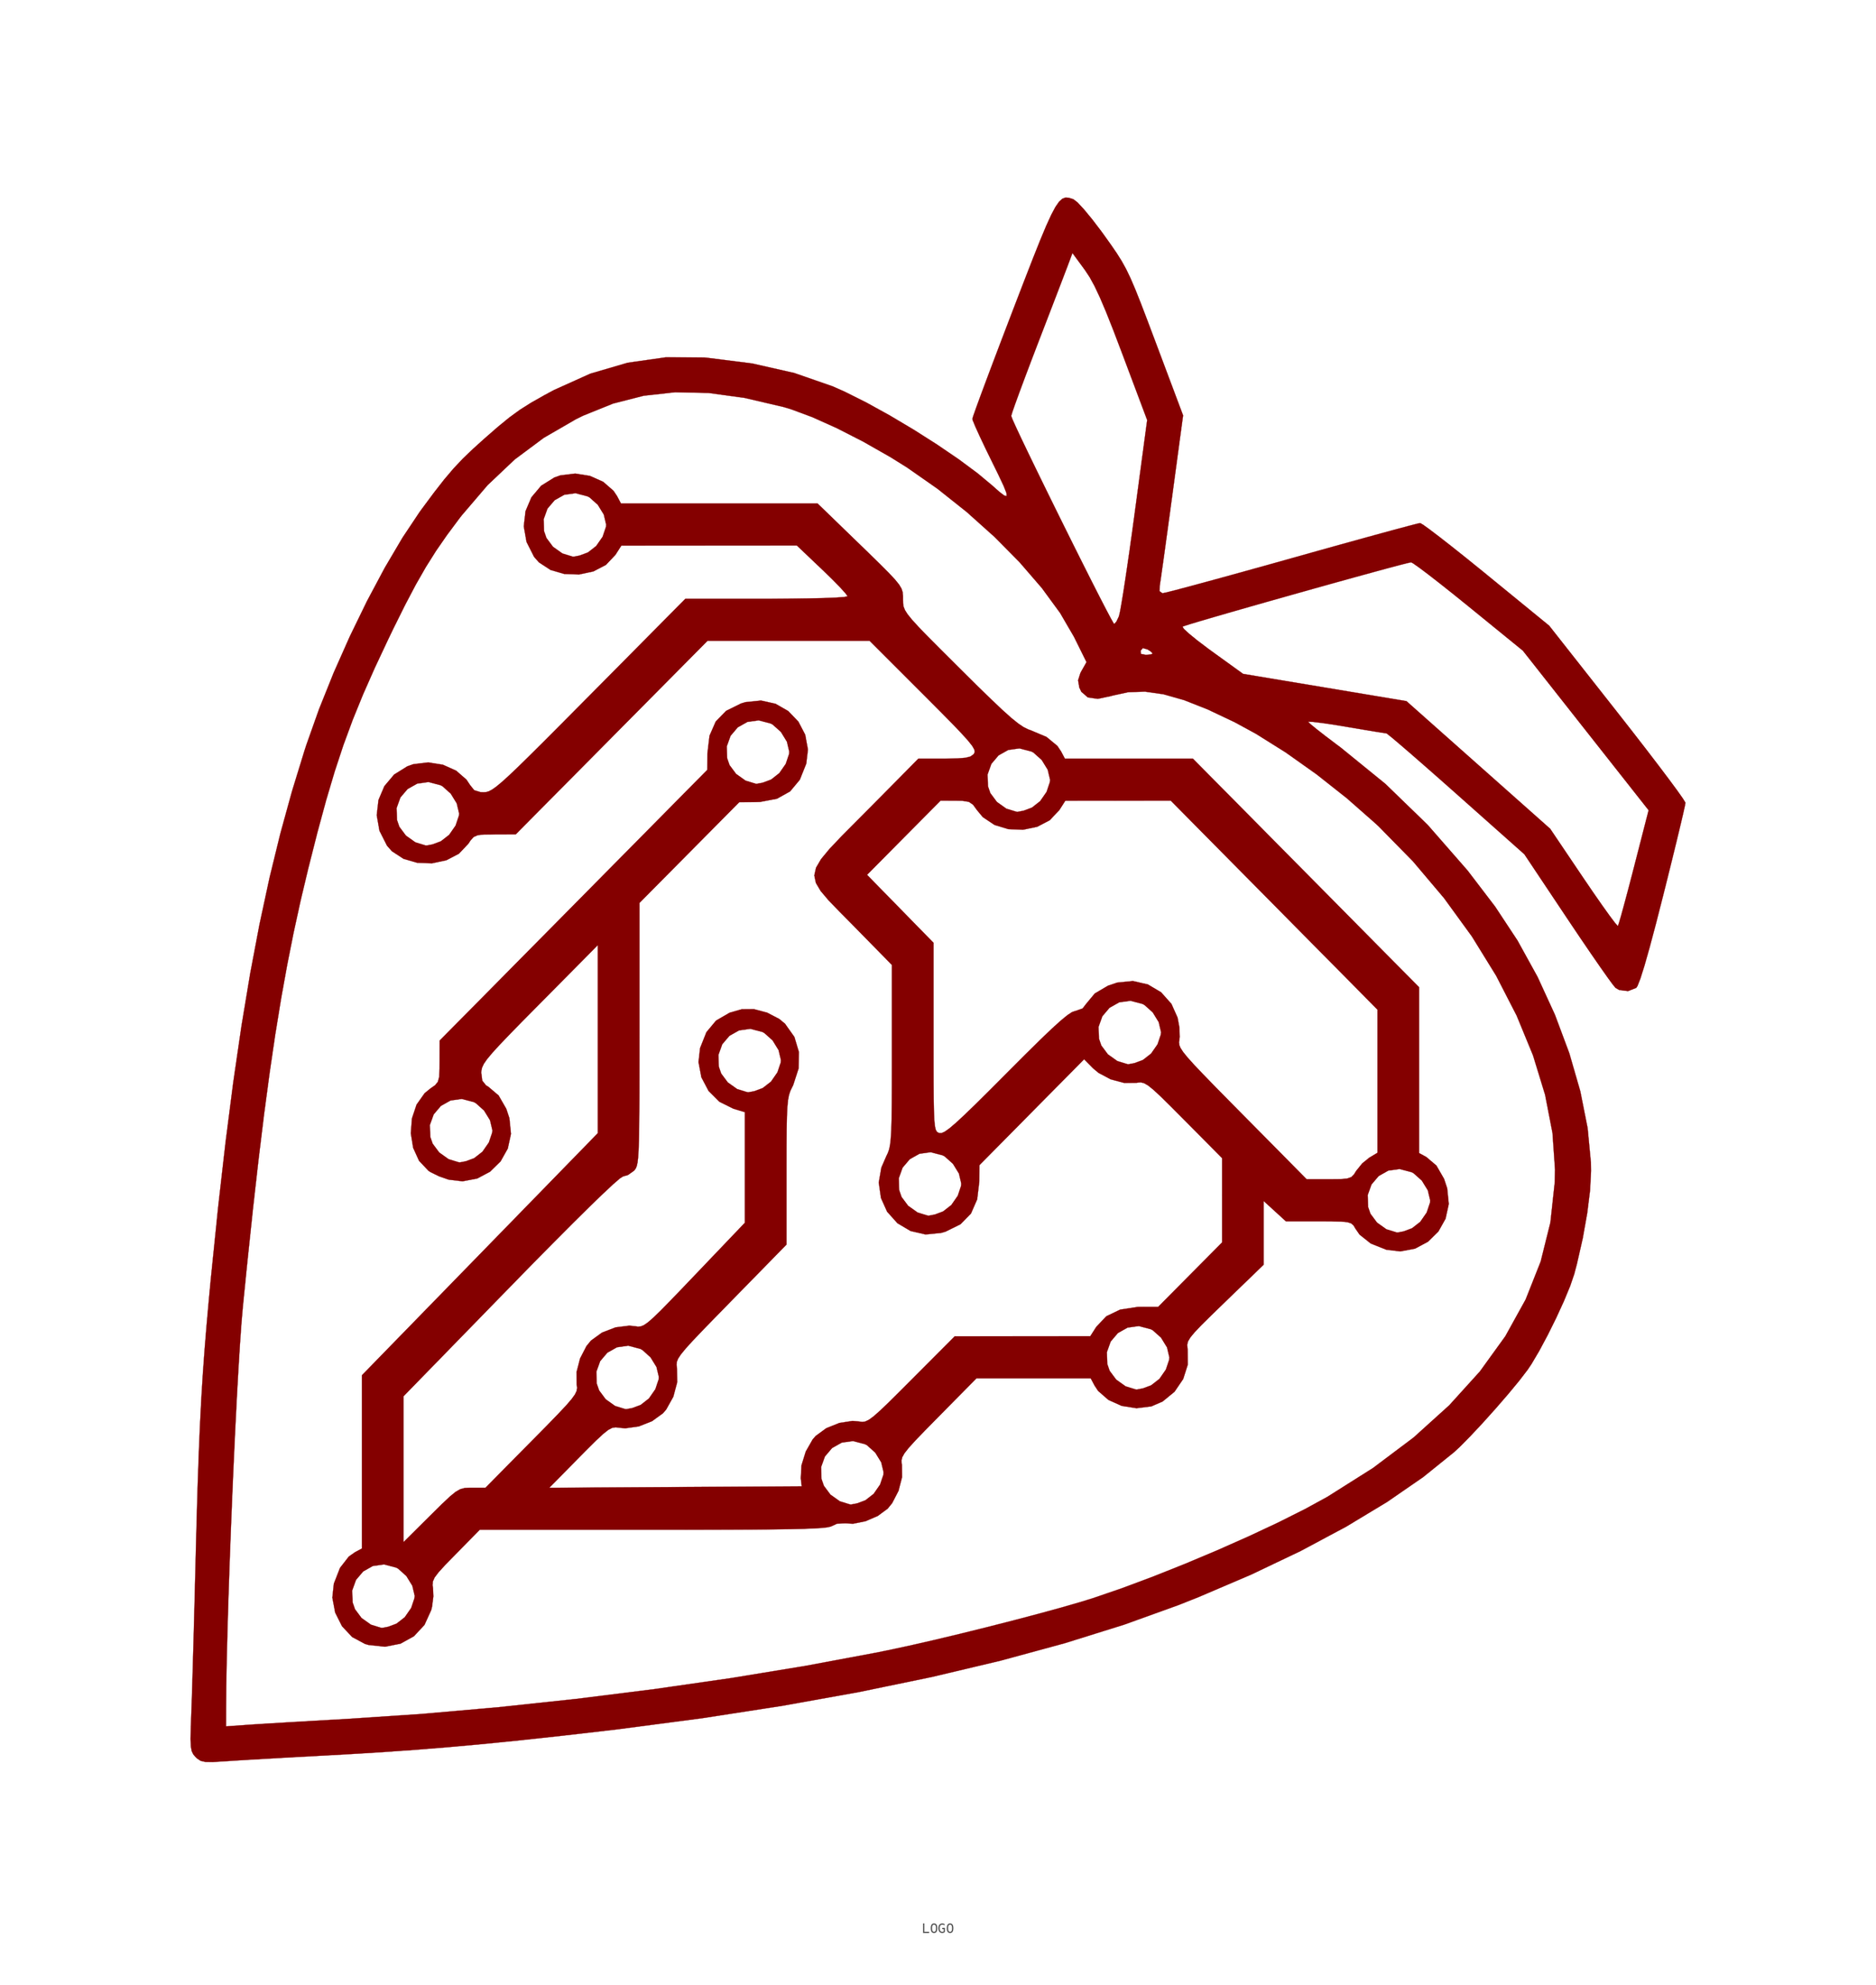
<source format=kicad_sym>
(kicad_symbol_lib
  (version 20220914)
  (generator "bitmap2component")
  (generator_version "9.0")
  (symbol "LOGO"
    (pin_names
      (offset 1.016))
    (property "Reference" "#G"
      (at 0 82.529 0)
      (effects (font (size 1.27 1.27)) hide))
    (symbol "LOGO_0_0"
      (polyline (pts (xy -70.03 -72.396) (xy -69.957 -72.391) (xy -69.05 -72.331) (xy -67.708 -72.249) (xy -66.023 -72.151) (xy -64.091 -72.041) (xy -62.002 -71.926) (xy -59.852 -71.81) (xy -58.403 -71.731) (xy -54.891 -71.519) (xy -51.51 -71.283) (xy -48.15 -71.013) (xy -44.699 -70.699) (xy -41.047 -70.332) (xy -37.083 -69.9) (xy -32.696 -69.395) (xy -31.657 -69.272) (xy -23.521 -68.203) (xy -15.699 -66.994) (xy -8.22 -65.651) (xy -1.117 -64.182) (xy 5.58 -62.593) (xy 11.837 -60.89) (xy 17.625 -59.082) (xy 22.912 -57.175) (xy 24.838 -56.411) (xy 29.997 -54.206) (xy 34.806 -51.912) (xy 39.225 -49.55) (xy 43.218 -47.141) (xy 46.746 -44.707) (xy 49.772 -42.267) (xy 50.315 -41.761) (xy 51.353 -40.71) (xy 52.554 -39.425) (xy 53.814 -38.022) (xy 55.028 -36.619) (xy 56.093 -35.331) (xy 56.903 -34.276) (xy 57.281 -33.715) (xy 58.044 -32.424) (xy 58.874 -30.872) (xy 59.702 -29.201) (xy 60.454 -27.559) (xy 61.062 -26.089) (xy 61.454 -24.937) (xy 61.715 -23.948) (xy 62.282 -21.454) (xy 62.717 -19.012) (xy 62.995 -16.772) (xy 63.09 -14.886) (xy 63.076 -14.084) (xy 62.756 -10.716) (xy 62.044 -7.134) (xy 60.972 -3.426) (xy 59.574 0.316) (xy 57.882 4.004) (xy 55.929 7.546) (xy 53.746 10.854) (xy 51.069 14.361) (xy 47.172 18.82) (xy 43.055 22.809) (xy 38.692 26.356) (xy 38.241 26.692) (xy 37.184 27.493) (xy 36.331 28.16) (xy 35.76 28.629) (xy 35.548 28.84) (xy 35.577 28.856) (xy 35.983 28.841) (xy 36.793 28.746) (xy 37.913 28.584) (xy 39.248 28.365) (xy 39.69 28.29) (xy 40.998 28.069) (xy 42.08 27.89) (xy 42.834 27.769) (xy 43.157 27.725) (xy 43.264 27.655) (xy 43.735 27.275) (xy 44.53 26.603) (xy 45.6 25.68) (xy 46.897 24.549) (xy 48.371 23.253) (xy 49.973 21.834) (xy 56.596 15.946) (xy 60.823 9.612) (xy 60.936 9.443) (xy 62.048 7.789) (xy 63.075 6.281) (xy 63.975 4.979) (xy 64.703 3.947) (xy 65.218 3.245) (xy 65.476 2.936) (xy 65.836 2.727) (xy 66.69 2.621) (xy 67.491 2.936) (xy 67.612 3.117) (xy 67.895 3.837) (xy 68.288 5.082) (xy 68.789 6.848) (xy 69.397 9.128) (xy 70.109 11.918) (xy 70.433 13.208) (xy 70.932 15.218) (xy 71.376 17.029) (xy 71.748 18.574) (xy 72.034 19.787) (xy 72.217 20.602) (xy 72.282 20.954) (xy 72.269 20.995) (xy 72.02 21.398) (xy 71.478 22.165) (xy 70.679 23.248) (xy 69.661 24.599) (xy 68.458 26.171) (xy 67.108 27.914) (xy 65.647 29.78) (xy 59.012 38.211) (xy 52.897 43.208) (xy 52.505 43.529) (xy 50.959 44.778) (xy 49.554 45.897) (xy 48.344 46.842) (xy 47.385 47.571) (xy 46.734 48.04) (xy 46.444 48.205) (xy 46.17 48.146) (xy 45.42 47.953) (xy 44.25 47.641) (xy 42.714 47.223) (xy 40.865 46.715) (xy 38.755 46.131) (xy 36.437 45.485) (xy 33.965 44.791) (xy 31.718 44.161) (xy 29.376 43.51) (xy 27.234 42.919) (xy 25.345 42.403) (xy 23.763 41.976) (xy 22.541 41.653) (xy 21.732 41.449) (xy 21.39 41.377) (xy 21.329 41.38) (xy 21.071 41.565) (xy 21.089 42.129) (xy 21.098 42.183) (xy 21.182 42.746) (xy 21.326 43.758) (xy 21.52 45.144) (xy 21.752 46.828) (xy 22.013 48.733) (xy 22.291 50.785) (xy 23.359 58.69) (xy 20.665 65.866) (xy 19.887 67.931) (xy 19.239 69.626) (xy 18.703 70.97) (xy 18.242 72.046) (xy 17.814 72.936) (xy 17.381 73.72) (xy 16.903 74.481) (xy 16.342 75.3) (xy 15.657 76.26) (xy 15.379 76.642) (xy 14.503 77.792) (xy 13.715 78.747) (xy 13.088 79.422) (xy 12.695 79.731) (xy 12.58 79.775) (xy 12.225 79.886) (xy 11.904 79.905) (xy 11.596 79.79) (xy 11.278 79.499) (xy 10.926 78.991) (xy 10.517 78.224) (xy 10.029 77.156) (xy 9.438 75.745) (xy 8.722 73.949) (xy 7.858 71.728) (xy 6.823 69.038) (xy 6.476 68.133) (xy 5.635 65.931) (xy 4.866 63.904) (xy 4.191 62.108) (xy 3.63 60.6) (xy 3.203 59.433) (xy 2.932 58.664) (xy 2.924 58.636) (xy 6.62 58.636) (xy 6.62 58.642) (xy 6.726 59) (xy 7.002 59.794) (xy 7.424 60.953) (xy 7.966 62.41) (xy 8.603 64.096) (xy 9.309 65.941) (xy 9.316 65.958) (xy 10.038 67.833) (xy 10.708 69.576) (xy 11.297 71.11) (xy 11.776 72.362) (xy 12.117 73.254) (xy 12.29 73.714) (xy 12.582 74.505) (xy 13.778 72.878) (xy 13.821 72.818) (xy 14.274 72.128) (xy 14.743 71.268) (xy 15.261 70.169) (xy 15.859 68.762) (xy 16.567 66.977) (xy 17.417 64.744) (xy 19.861 58.238) (xy 18.63 49.057) (xy 18.417 47.49) (xy 18.121 45.376) (xy 17.842 43.458) (xy 17.591 41.804) (xy 17.378 40.485) (xy 17.215 39.568) (xy 17.111 39.124) (xy 16.86 38.598) (xy 16.651 38.373) (xy 16.59 38.451) (xy 16.313 38.938) (xy 15.847 39.818) (xy 15.222 41.028) (xy 14.47 42.506) (xy 13.622 44.19) (xy 12.708 46.017) (xy 11.76 47.926) (xy 10.807 49.853) (xy 9.882 51.737) (xy 9.014 53.515) (xy 8.234 55.125) (xy 7.574 56.504) (xy 7.065 57.591) (xy 6.737 58.322) (xy 6.62 58.636) (xy 2.924 58.636) (xy 2.837 58.348) (xy 2.88 58.196) (xy 3.122 57.606) (xy 3.545 56.675) (xy 4.104 55.493) (xy 4.76 54.151) (xy 5.359 52.932) (xy 5.882 51.822) (xy 6.154 51.134) (xy 6.175 50.832) (xy 5.945 50.883) (xy 5.463 51.251) (xy 4.729 51.901) (xy 3.333 53.063) (xy 1.506 54.417) (xy -0.6 55.852) (xy -2.873 57.298) (xy -5.204 58.684) (xy -7.48 59.941) (xy -9.593 60.999) (xy -10.777 61.523) (xy -14.509 62.821) (xy -18.612 63.75) (xy -23.103 64.316) (xy -23.272 64.33) (xy -27.033 64.345) (xy -30.738 63.818) (xy -34.373 62.754) (xy -37.922 61.155) (xy -38.838 60.662) (xy -40.143 59.923) (xy -41.231 59.235) (xy -42.252 58.491) (xy -43.361 57.585) (xy -44.708 56.409) (xy -45.783 55.44) (xy -46.796 54.467) (xy -47.702 53.507) (xy -48.604 52.443) (xy -49.605 51.16) (xy -50.807 49.541) (xy -50.991 49.288) (xy -52.663 46.78) (xy -54.388 43.854) (xy -56.115 40.615) (xy -57.792 37.168) (xy -59.369 33.618) (xy -60.794 30.07) (xy -62.015 26.629) (xy -62.207 26.042) (xy -63.429 22.067) (xy -64.561 17.956) (xy -65.61 13.666) (xy -66.584 9.148) (xy -67.491 4.359) (xy -68.34 -0.747) (xy -69.139 -6.217) (xy -69.895 -12.096) (xy -70.618 -18.43) (xy -71.315 -25.263) (xy -71.492 -27.121) (xy -71.73 -29.764) (xy -71.934 -32.259) (xy -72.109 -34.691) (xy -72.259 -37.148) (xy -72.39 -39.717) (xy -72.506 -42.485) (xy -72.612 -45.538) (xy -72.712 -48.963) (xy -72.812 -52.848) (xy -72.825 -53.41) (xy -72.891 -56.017) (xy -72.957 -58.579) (xy -73.023 -61.014) (xy -73.086 -63.236) (xy -73.143 -65.162) (xy -73.192 -66.71) (xy -73.231 -67.795) (xy -73.275 -68.991) (xy -69.85 -68.991) (xy -69.846 -67.27) (xy -69.846 -67.209) (xy -69.827 -65.084) (xy -69.78 -62.568) (xy -69.71 -59.733) (xy -69.618 -56.653) (xy -69.509 -53.397) (xy -69.384 -50.04) (xy -69.248 -46.652) (xy -69.103 -43.306) (xy -68.951 -40.073) (xy -68.797 -37.027) (xy -68.643 -34.238) (xy -68.492 -31.78) (xy -68.347 -29.723) (xy -68.211 -28.14) (xy -67.774 -23.795) (xy -67.22 -18.551) (xy -66.678 -13.761) (xy -66.141 -9.372) (xy -65.601 -5.333) (xy -65.05 -1.592) (xy -64.481 1.904) (xy -63.884 5.207) (xy -63.254 8.368) (xy -62.582 11.44) (xy -61.86 14.475) (xy -61.833 14.586) (xy -60.937 18.117) (xy -60.094 21.22) (xy -59.267 24.003) (xy -58.419 26.573) (xy -57.511 29.038) (xy -56.507 31.504) (xy -55.369 34.079) (xy -54.059 36.871) (xy -53.54 37.948) (xy -52.39 40.263) (xy -51.358 42.222) (xy -50.379 43.932) (xy -49.392 45.499) (xy -48.333 47.029) (xy -47.141 48.63) (xy -46.891 48.953) (xy -44.368 51.904) (xy -41.736 54.395) (xy -38.9 56.508) (xy -35.769 58.32) (xy -35.073 58.664) (xy -32.151 59.843) (xy -29.183 60.603) (xy -26.103 60.945) (xy -22.848 60.875) (xy -19.354 60.396) (xy -15.558 59.511) (xy -14.844 59.298) (xy -12.753 58.522) (xy -10.377 57.455) (xy -7.806 56.141) (xy -5.134 54.621) (xy -3.526 53.617) (xy -0.563 51.547) (xy 2.298 49.272) (xy 4.992 46.857) (xy 7.449 44.37) (xy 9.603 41.876) (xy 11.386 39.441) (xy 12.158 38.113) (xy 23.302 38.113) (xy 23.441 38.169) (xy 24.041 38.361) (xy 25.053 38.666) (xy 26.411 39.064) (xy 28.048 39.538) (xy 29.899 40.068) (xy 31.896 40.636) (xy 33.974 41.223) (xy 36.067 41.811) (xy 38.109 42.382) (xy 40.032 42.915) (xy 41.772 43.393) (xy 43.262 43.798) (xy 44.435 44.11) (xy 45.226 44.311) (xy 45.568 44.382) (xy 45.768 44.276) (xy 46.348 43.868) (xy 47.238 43.199) (xy 48.378 42.313) (xy 49.707 41.258) (xy 51.166 40.08) (xy 56.448 35.779) (xy 62.572 28.007) (xy 68.696 20.236) (xy 67.265 14.666) (xy 67.125 14.123) (xy 66.704 12.511) (xy 66.329 11.11) (xy 66.024 9.999) (xy 65.809 9.258) (xy 65.706 8.966) (xy 65.672 8.981) (xy 65.393 9.305) (xy 64.874 9.996) (xy 64.163 10.991) (xy 63.304 12.225) (xy 62.344 13.634) (xy 59.11 18.432) (xy 52.111 24.647) (xy 45.111 30.862) (xy 37.155 32.19) (xy 29.198 33.518) (xy 26.147 35.723) (xy 25.763 36.003) (xy 24.737 36.781) (xy 23.936 37.434) (xy 23.434 37.898) (xy 23.302 38.113) (xy 12.158 38.113) (xy 12.73 37.132) (xy 13.403 35.773) (xy 19.221 35.773) (xy 19.438 36.028) (xy 19.888 35.901) (xy 20.195 35.709) (xy 20.401 35.496) (xy 20.238 35.413) (xy 19.734 35.369) (xy 19.26 35.46) (xy 19.221 35.773) (xy 13.403 35.773) (xy 13.954 34.661) (xy 13.47 33.808) (xy 13.36 33.605) (xy 13.133 32.894) (xy 13.253 32.187) (xy 13.446 31.777) (xy 14.087 31.221) (xy 15.054 31.084) (xy 16.362 31.362) (xy 16.474 31.397) (xy 18.024 31.735) (xy 19.662 31.784) (xy 21.451 31.53) (xy 23.457 30.959) (xy 25.743 30.058) (xy 28.374 28.813) (xy 30.455 27.68) (xy 33.362 25.857) (xy 36.353 23.736) (xy 39.305 21.404) (xy 42.096 18.949) (xy 42.411 18.654) (xy 45.739 15.265) (xy 48.771 11.678) (xy 51.484 7.944) (xy 53.851 4.111) (xy 55.845 0.23) (xy 57.441 -3.649) (xy 58.613 -7.475) (xy 59.335 -11.199) (xy 59.581 -14.771) (xy 59.557 -15.975) (xy 59.133 -19.902) (xy 58.184 -23.719) (xy 56.718 -27.418) (xy 54.742 -30.991) (xy 52.26 -34.427) (xy 49.279 -37.719) (xy 45.806 -40.857) (xy 41.847 -43.832) (xy 37.408 -46.635) (xy 37.403 -46.638) (xy 35.237 -47.823) (xy 32.661 -49.115) (xy 29.781 -50.467) (xy 26.705 -51.832) (xy 23.541 -53.164) (xy 20.395 -54.417) (xy 17.377 -55.545) (xy 14.591 -56.5) (xy 13.424 -56.862) (xy 11.532 -57.408) (xy 9.301 -58.019) (xy 6.836 -58.67) (xy 4.244 -59.331) (xy 1.631 -59.978) (xy -0.896 -60.582) (xy -3.232 -61.116) (xy -5.269 -61.554) (xy -6.592 -61.822) (xy -13.419 -63.098) (xy -20.63 -64.282) (xy -28.1 -65.358) (xy -35.703 -66.311) (xy -43.314 -67.124) (xy -50.806 -67.781) (xy -58.054 -68.266) (xy -59.822 -68.365) (xy -61.859 -68.482) (xy -63.758 -68.593) (xy -65.418 -68.692) (xy -66.739 -68.774) (xy -67.621 -68.832) (xy -69.85 -68.991) (xy -73.275 -68.991) (xy -73.282 -69.162) (xy -73.302 -70.227) (xy -73.274 -70.94) (xy -73.189 -71.403) (xy -73.037 -71.717) (xy -72.806 -71.983) (xy -72.666 -72.117) (xy -72.324 -72.346) (xy -71.864 -72.454) (xy -71.146 -72.464) (xy -70.03 -72.396)) (stroke (width 0.01) (type default)) (fill (type outline)))
      (polyline (pts (xy -52.854 -60.935) (xy -51.546 -60.212) (xy -50.521 -59.108) (xy -49.865 -57.667) (xy -49.783 -57.325) (xy -49.657 -56.337) (xy -49.69 -55.524) (xy -49.732 -55.252) (xy -49.71 -54.888) (xy -49.534 -54.492) (xy -49.146 -53.978) (xy -48.488 -53.258) (xy -47.5 -52.244) (xy -45.137 -49.844) (xy -28.227 -49.844) (xy -27.297 -49.844) (xy -23.904 -49.842) (xy -21.004 -49.835) (xy -18.559 -49.824) (xy -16.53 -49.806) (xy -14.88 -49.783) (xy -13.57 -49.752) (xy -12.563 -49.712) (xy -11.819 -49.664) (xy -11.302 -49.606) (xy -10.972 -49.536) (xy -10.793 -49.456) (xy -10.34 -49.248) (xy -9.522 -49.217) (xy -8.779 -49.254) (xy -7.572 -49.012) (xy -6.378 -48.498) (xy -5.413 -47.787) (xy -4.976 -47.252) (xy -4.352 -46.044) (xy -4.011 -44.72) (xy -4.024 -43.505) (xy -4.042 -43.408) (xy -4.065 -43.096) (xy -3.991 -42.776) (xy -3.771 -42.385) (xy -3.358 -41.86) (xy -2.704 -41.14) (xy -1.761 -40.16) (xy -0.482 -38.86) (xy 3.235 -35.096) (xy 8.8 -35.096) (xy 14.365 -35.096) (xy 14.739 -35.801) (xy 15.084 -36.321) (xy 16.092 -37.199) (xy 17.385 -37.778) (xy 18.822 -38.004) (xy 20.264 -37.827) (xy 21.367 -37.35) (xy 22.528 -36.398) (xy 23.37 -35.159) (xy 23.82 -33.747) (xy 23.806 -32.277) (xy 23.78 -32.127) (xy 23.761 -31.812) (xy 23.84 -31.494) (xy 24.067 -31.111) (xy 24.489 -30.601) (xy 25.156 -29.901) (xy 26.117 -28.95) (xy 27.421 -27.685) (xy 31.209 -24.023) (xy 31.209 -20.924) (xy 31.209 -17.826) (xy 32.291 -18.813) (xy 33.373 -19.801) (xy 36.569 -19.801) (xy 37.796 -19.804) (xy 38.759 -19.826) (xy 39.374 -19.887) (xy 39.741 -20.008) (xy 39.962 -20.208) (xy 40.139 -20.507) (xy 40.547 -21.097) (xy 41.637 -21.964) (xy 43.157 -22.569) (xy 44.516 -22.732) (xy 45.944 -22.464) (xy 47.204 -21.793) (xy 48.222 -20.794) (xy 48.924 -19.542) (xy 49.234 -18.113) (xy 49.08 -16.582) (xy 48.777 -15.669) (xy 48.03 -14.371) (xy 47.04 -13.532) (xy 46.342 -13.154) (xy 46.342 -5.079) (xy 46.342 2.997) (xy 35.327 14.13) (xy 24.312 25.264) (xy 18.079 25.264) (xy 11.845 25.264) (xy 11.472 25.969) (xy 11.116 26.5) (xy 10.055 27.377) (xy 8.512 28.026) (xy 8.256 28.117) (xy 7.814 28.339) (xy 7.289 28.695) (xy 6.631 29.226) (xy 5.792 29.977) (xy 4.721 30.989) (xy 3.369 32.305) (xy 1.689 33.969) (xy 1.151 34.504) (xy -0.353 36.003) (xy -1.525 37.184) (xy -2.408 38.097) (xy -3.041 38.792) (xy -3.467 39.318) (xy -3.726 39.725) (xy -3.86 40.063) (xy -3.91 40.382) (xy -3.918 40.73) (xy -3.919 41.131) (xy -3.953 41.477) (xy -4.062 41.817) (xy -4.293 42.205) (xy -4.69 42.697) (xy -5.296 43.347) (xy -6.158 44.212) (xy -7.319 45.346) (xy -8.824 46.804) (xy -12.243 50.117) (xy -21.816 50.117) (xy -31.389 50.117) (xy -31.762 50.823) (xy -32.107 51.342) (xy -33.115 52.221) (xy -34.408 52.799) (xy -35.846 53.026) (xy -37.287 52.849) (xy -37.867 52.646) (xy -39.157 51.842) (xy -40.105 50.716) (xy -40.68 49.365) (xy -40.77 48.579) (xy -38.916 48.579) (xy -38.544 49.609) (xy -37.846 50.43) (xy -36.906 50.96) (xy -35.808 51.113) (xy -34.634 50.804) (xy -34.441 50.699) (xy -33.642 49.984) (xy -33.058 49.035) (xy -32.831 48.069) (xy -32.847 47.837) (xy -33.171 46.873) (xy -33.799 45.97) (xy -34.581 45.359) (xy -34.663 45.32) (xy -35.404 45.044) (xy -35.979 44.934) (xy -36.103 44.94) (xy -37.088 45.243) (xy -38.007 45.896) (xy -38.646 46.755) (xy -38.879 47.426) (xy -38.916 48.579) (xy -40.77 48.579) (xy -40.85 47.885) (xy -40.584 46.371) (xy -39.852 44.922) (xy -39.377 44.378) (xy -38.244 43.637) (xy -36.897 43.245) (xy -35.463 43.199) (xy -34.071 43.495) (xy -32.85 44.131) (xy -31.927 45.105) (xy -31.345 46.014) (xy -22.8 46.017) (xy -14.256 46.02) (xy -11.789 43.673) (xy -11.698 43.587) (xy -10.772 42.684) (xy -10.017 41.912) (xy -9.509 41.35) (xy -9.322 41.079) (xy -9.325 41.071) (xy -9.64 41.005) (xy -10.431 40.947) (xy -11.642 40.899) (xy -13.215 40.863) (xy -15.092 40.839) (xy -17.217 40.831) (xy -25.112 40.831) (xy -34.448 31.409) (xy -35.186 30.665) (xy -37.207 28.628) (xy -38.894 26.936) (xy -40.281 25.558) (xy -41.402 24.46) (xy -42.293 23.613) (xy -42.989 22.983) (xy -43.523 22.539) (xy -43.931 22.25) (xy -44.248 22.082) (xy -44.508 22.005) (xy -44.747 21.986) (xy -45.057 21.997) (xy -45.676 22.183) (xy -46.084 22.692) (xy -46.428 23.211) (xy -47.437 24.09) (xy -48.73 24.668) (xy -50.167 24.895) (xy -51.609 24.718) (xy -52.188 24.515) (xy -53.478 23.711) (xy -54.426 22.585) (xy -55.001 21.234) (xy -55.091 20.448) (xy -53.238 20.448) (xy -52.866 21.477) (xy -52.168 22.299) (xy -51.227 22.829) (xy -50.129 22.982) (xy -48.956 22.673) (xy -48.762 22.567) (xy -47.964 21.853) (xy -47.379 20.904) (xy -47.152 19.938) (xy -47.168 19.706) (xy -47.492 18.741) (xy -48.12 17.839) (xy -48.903 17.228) (xy -48.985 17.189) (xy -49.725 16.913) (xy -50.3 16.803) (xy -50.424 16.809) (xy -51.409 17.112) (xy -52.328 17.765) (xy -52.968 18.623) (xy -53.2 19.295) (xy -53.238 20.448) (xy -55.091 20.448) (xy -55.171 19.753) (xy -54.906 18.24) (xy -54.174 16.791) (xy -53.698 16.247) (xy -52.565 15.506) (xy -51.218 15.114) (xy -49.784 15.068) (xy -48.392 15.364) (xy -47.171 16) (xy -46.248 16.973) (xy -46.032 17.301) (xy -45.728 17.633) (xy -45.329 17.807) (xy -44.685 17.874) (xy -43.648 17.886) (xy -41.631 17.889) (xy -32.294 27.312) (xy -22.958 36.734) (xy -15.064 36.734) (xy -7.17 36.734) (xy -1.911 31.477) (xy -1.871 31.437) (xy -0.312 29.873) (xy 0.898 28.643) (xy 1.798 27.701) (xy 2.426 27.003) (xy 2.822 26.503) (xy 3.022 26.156) (xy 3.068 25.917) (xy 2.995 25.741) (xy 2.949 25.683) (xy 2.659 25.472) (xy 2.164 25.344) (xy 1.352 25.28) (xy 0.113 25.264) (xy -2.416 25.264) (xy -3.938 23.725) (xy 4.318 23.725) (xy 4.69 24.755) (xy 5.388 25.577) (xy 6.328 26.106) (xy 7.426 26.259) (xy 8.6 25.951) (xy 8.793 25.845) (xy 9.591 25.13) (xy 10.176 24.181) (xy 10.403 23.215) (xy 10.387 22.983) (xy 10.063 22.019) (xy 9.435 21.116) (xy 8.653 20.505) (xy 8.571 20.467) (xy 7.83 20.19) (xy 7.255 20.08) (xy 7.131 20.086) (xy 6.146 20.389) (xy 5.227 21.043) (xy 4.588 21.901) (xy 4.355 22.572) (xy 4.318 23.725) (xy -3.938 23.725) (xy -7.49 20.134) (xy -8.393 19.226) (xy -9.909 17.699) (xy -11.076 16.471) (xy -11.9 15.473) (xy -12.391 14.635) (xy -12.542 13.946) (xy -7.421 13.946) (xy -3.842 17.556) (xy -0.263 21.167) (xy 1.22 21.163) (xy 1.89 21.15) (xy 2.501 21.05) (xy 2.901 20.779) (xy 3.284 20.251) (xy 3.855 19.564) (xy 4.992 18.805) (xy 6.336 18.395) (xy 7.765 18.335) (xy 9.153 18.624) (xy 10.375 19.263) (xy 11.307 20.251) (xy 11.889 21.16) (xy 17.025 21.163) (xy 22.16 21.167) (xy 32.224 10.992) (xy 42.288 0.817) (xy 42.288 -6.156) (xy 42.288 -13.128) (xy 41.487 -13.607) (xy 40.803 -14.162) (xy 40.213 -14.895) (xy 40.008 -15.224) (xy 39.736 -15.496) (xy 39.328 -15.639) (xy 38.65 -15.695) (xy 37.567 -15.704) (xy 35.394 -15.704) (xy 29.108 -9.347) (xy 27.986 -8.211) (xy 26.492 -6.694) (xy 25.322 -5.49) (xy 24.435 -4.555) (xy 23.796 -3.845) (xy 23.366 -3.314) (xy 23.109 -2.92) (xy 22.987 -2.616) (xy 22.962 -2.36) (xy 22.997 -2.106) (xy 23.03 -1.846) (xy 23 -0.928) (xy 22.822 0.04) (xy 22.221 1.38) (xy 21.215 2.507) (xy 19.932 3.267) (xy 18.475 3.602) (xy 16.946 3.451) (xy 16.043 3.145) (xy 14.759 2.389) (xy 13.928 1.389) (xy 13.571 0.928) (xy 12.871 0.683) (xy 12.846 0.682) (xy 12.544 0.577) (xy 12.086 0.274) (xy 11.437 -0.26) (xy 10.78 -0.855) (xy 15.126 -0.855) (xy 15.498 0.174) (xy 16.196 0.996) (xy 17.136 1.526) (xy 18.235 1.678) (xy 19.408 1.37) (xy 19.602 1.264) (xy 20.4 0.55) (xy 20.985 -0.4) (xy 21.212 -1.366) (xy 21.195 -1.598) (xy 20.872 -2.562) (xy 20.244 -3.464) (xy 19.461 -4.076) (xy 19.379 -4.114) (xy 18.639 -4.39) (xy 18.063 -4.5) (xy 17.94 -4.494) (xy 16.955 -4.192) (xy 16.035 -3.538) (xy 15.396 -2.68) (xy 15.164 -2.008) (xy 15.126 -0.855) (xy 10.78 -0.855) (xy 10.559 -1.056) (xy 9.416 -2.149) (xy 7.973 -3.571) (xy 6.193 -5.354) (xy 4.551 -7.001) (xy 3.157 -8.384) (xy 2.06 -9.446) (xy 1.22 -10.223) (xy 0.598 -10.752) (xy 0.152 -11.068) (xy -0.159 -11.208) (xy -0.374 -11.208) (xy -0.523 -11.15) (xy -0.648 -11.043) (xy -0.745 -10.835) (xy -0.819 -10.468) (xy -0.872 -9.889) (xy -0.907 -9.04) (xy -0.929 -7.867) (xy -0.941 -6.315) (xy -0.945 -4.328) (xy -0.946 -1.849) (xy -0.946 7.325) (xy -4.184 10.636) (xy -7.421 13.946) (xy -12.542 13.946) (xy -12.556 13.885) (xy -12.403 13.155) (xy -11.941 12.374) (xy -11.179 11.471) (xy -10.123 10.377) (xy -8.782 9.022) (xy -4.999 5.166) (xy -4.999 -3.631) (xy -4.999 -4.133) (xy -5.002 -6.475) (xy -5.01 -8.344) (xy -5.029 -9.804) (xy -5.061 -10.916) (xy -5.11 -11.744) (xy -5.178 -12.348) (xy -5.27 -12.792) (xy -5.389 -13.137) (xy -5.539 -13.447) (xy -6.029 -14.573) (xy -6.206 -15.604) (xy -4.329 -15.604) (xy -3.957 -14.574) (xy -3.259 -13.752) (xy -2.319 -13.223) (xy -1.22 -13.07) (xy -0.047 -13.379) (xy 0.146 -13.484) (xy 0.945 -14.199) (xy 1.529 -15.148) (xy 1.756 -16.114) (xy 1.74 -16.346) (xy 1.416 -17.31) (xy 0.789 -18.213) (xy 0.006 -18.824) (xy -0.076 -18.862) (xy -0.817 -19.139) (xy -1.392 -19.249) (xy -1.516 -19.243) (xy -2.501 -18.94) (xy -3.42 -18.287) (xy -4.059 -17.428) (xy -4.292 -16.757) (xy -4.329 -15.604) (xy -6.206 -15.604) (xy -6.279 -16.026) (xy -6.067 -17.527) (xy -5.467 -18.862) (xy -4.461 -19.987) (xy -3.178 -20.746) (xy -1.72 -21.081) (xy -0.193 -20.93) (xy 0.238 -20.8) (xy 1.683 -20.087) (xy 2.701 -19.045) (xy 3.307 -17.658) (xy 3.514 -15.906) (xy 3.524 -14.332) (xy 8.622 -9.175) (xy 13.72 -4.017) (xy 14.592 -4.899) (xy 15.118 -5.34) (xy 16.316 -5.976) (xy 17.629 -6.324) (xy 18.836 -6.311) (xy 18.932 -6.293) (xy 19.241 -6.269) (xy 19.558 -6.345) (xy 19.945 -6.567) (xy 20.464 -6.984) (xy 21.177 -7.646) (xy 22.145 -8.598) (xy 23.432 -9.892) (xy 27.156 -13.649) (xy 27.156 -17.242) (xy 41.337 -17.242) (xy 41.709 -16.213) (xy 42.407 -15.391) (xy 43.347 -14.861) (xy 44.446 -14.709) (xy 45.619 -15.017) (xy 45.812 -15.123) (xy 46.611 -15.837) (xy 47.195 -16.787) (xy 47.422 -17.753) (xy 47.406 -17.985) (xy 47.082 -18.949) (xy 46.455 -19.852) (xy 45.672 -20.463) (xy 45.59 -20.501) (xy 44.849 -20.777) (xy 44.274 -20.887) (xy 44.15 -20.881) (xy 43.165 -20.579) (xy 42.246 -19.925) (xy 41.607 -19.067) (xy 41.374 -18.395) (xy 41.337 -17.242) (xy 27.156 -17.242) (xy 27.156 -17.753) (xy 27.156 -21.858) (xy 24.044 -24.995) (xy 20.932 -28.131) (xy 19.248 -28.133) (xy 18.948 -28.138) (xy 17.233 -28.4) (xy 15.88 -29.05) (xy 14.903 -30.083) (xy 14.321 -30.992) (xy 7.72 -30.995) (xy 1.119 -30.999) (xy -0.414 -32.537) (xy 15.937 -32.537) (xy 16.309 -31.508) (xy 17.007 -30.686) (xy 17.947 -30.156) (xy 19.046 -30.003) (xy 20.219 -30.312) (xy 20.413 -30.418) (xy 21.211 -31.132) (xy 21.795 -32.081) (xy 22.022 -33.047) (xy 22.006 -33.279) (xy 21.682 -34.243) (xy 21.055 -35.146) (xy 20.272 -35.757) (xy 20.19 -35.796) (xy 19.45 -36.072) (xy 18.874 -36.182) (xy 18.75 -36.176) (xy 17.765 -35.873) (xy 16.846 -35.22) (xy 16.207 -34.362) (xy 15.974 -33.69) (xy 15.937 -32.537) (xy -0.414 -32.537) (xy -3.103 -35.236) (xy -4.183 -36.318) (xy -5.314 -37.437) (xy -6.163 -38.25) (xy -6.789 -38.8) (xy -7.247 -39.135) (xy -7.596 -39.299) (xy -7.891 -39.339) (xy -8.191 -39.298) (xy -8.833 -39.243) (xy -10.118 -39.439) (xy -11.388 -39.95) (xy -12.421 -40.704) (xy -12.72 -41.05) (xy -13.39 -42.224) (xy -13.804 -43.563) (xy -13.813 -43.735) (xy -11.895 -43.735) (xy -11.523 -42.705) (xy -10.825 -41.883) (xy -9.885 -41.354) (xy -8.786 -41.201) (xy -7.613 -41.51) (xy -7.419 -41.615) (xy -6.621 -42.33) (xy -6.037 -43.279) (xy -5.81 -44.245) (xy -5.826 -44.477) (xy -6.15 -45.441) (xy -6.777 -46.344) (xy -7.56 -46.955) (xy -7.642 -46.994) (xy -8.383 -47.27) (xy -8.958 -47.38) (xy -9.082 -47.374) (xy -10.067 -47.071) (xy -10.986 -46.418) (xy -11.625 -45.559) (xy -11.858 -44.888) (xy -11.895 -43.735) (xy -13.813 -43.735) (xy -13.873 -44.821) (xy -13.781 -45.611) (xy -26.074 -45.682) (xy -38.367 -45.753) (xy -35.4 -42.745) (xy -34.817 -42.155) (xy -33.84 -41.182) (xy -33.133 -40.52) (xy -32.622 -40.115) (xy -32.235 -39.914) (xy -31.899 -39.863) (xy -31.541 -39.907) (xy -30.97 -39.96) (xy -29.655 -39.779) (xy -28.357 -39.267) (xy -27.3 -38.501) (xy -26.981 -38.132) (xy -26.288 -36.89) (xy -25.911 -35.481) (xy -25.924 -34.132) (xy -25.938 -34.059) (xy -25.975 -33.774) (xy -25.949 -33.497) (xy -25.822 -33.178) (xy -25.552 -32.767) (xy -25.101 -32.215) (xy -24.429 -31.472) (xy -23.495 -30.49) (xy -22.261 -29.218) (xy -20.687 -27.608) (xy -15.267 -22.069) (xy -15.267 -14.925) (xy -15.267 -14.607) (xy -15.264 -12.493) (xy -15.251 -10.845) (xy -15.225 -9.592) (xy -15.181 -8.663) (xy -15.114 -7.987) (xy -15.019 -7.492) (xy -14.892 -7.108) (xy -14.727 -6.764) (xy -14.614 -6.54) (xy -14.089 -4.922) (xy -14.053 -3.327) (xy -14.497 -1.842) (xy -15.411 -0.555) (xy -15.977 -0.088) (xy -17.16 0.526) (xy -18.444 0.866) (xy -19.609 0.857) (xy -20.803 0.515) (xy -22.121 -0.248) (xy -23.064 -1.38) (xy -23.68 -2.926) (xy -23.755 -3.587) (xy -21.893 -3.587) (xy -21.521 -2.557) (xy -20.823 -1.735) (xy -19.883 -1.206) (xy -18.784 -1.053) (xy -17.611 -1.361) (xy -17.417 -1.467) (xy -16.619 -2.181) (xy -16.034 -3.131) (xy -15.807 -4.097) (xy -15.824 -4.329) (xy -16.148 -5.293) (xy -16.775 -6.196) (xy -17.558 -6.807) (xy -17.64 -6.845) (xy -18.38 -7.122) (xy -18.956 -7.231) (xy -19.079 -7.225) (xy -20.064 -6.923) (xy -20.984 -6.269) (xy -21.623 -5.411) (xy -21.856 -4.739) (xy -21.893 -3.587) (xy -23.755 -3.587) (xy -23.834 -4.291) (xy -23.555 -5.773) (xy -22.858 -7.098) (xy -21.802 -8.154) (xy -20.449 -8.829) (xy -19.32 -9.171) (xy -19.32 -14.556) (xy -19.32 -19.941) (xy -24.213 -25.067) (xy -25.307 -26.212) (xy -26.552 -27.507) (xy -27.509 -28.482) (xy -28.228 -29.18) (xy -28.761 -29.644) (xy -29.157 -29.916) (xy -29.468 -30.041) (xy -29.743 -30.06) (xy -30.033 -30.017) (xy -30.57 -29.963) (xy -31.91 -30.13) (xy -33.231 -30.639) (xy -34.308 -31.418) (xy -34.745 -31.952) (xy -35.369 -33.16) (xy -35.701 -34.449) (xy -33.782 -34.449) (xy -33.41 -33.419) (xy -32.712 -32.597) (xy -31.772 -32.068) (xy -30.674 -31.915) (xy -29.5 -32.224) (xy -29.307 -32.329) (xy -28.509 -33.044) (xy -27.924 -33.993) (xy -27.697 -34.959) (xy -27.713 -35.191) (xy -28.037 -36.155) (xy -28.665 -37.058) (xy -29.447 -37.669) (xy -29.529 -37.708) (xy -30.27 -37.984) (xy -30.845 -38.094) (xy -30.969 -38.088) (xy -31.954 -37.785) (xy -32.873 -37.132) (xy -33.512 -36.273) (xy -33.745 -35.602) (xy -33.782 -34.449) (xy -35.701 -34.449) (xy -35.71 -34.484) (xy -35.697 -35.699) (xy -35.691 -35.731) (xy -35.657 -36.022) (xy -35.701 -36.315) (xy -35.867 -36.663) (xy -36.198 -37.123) (xy -36.738 -37.748) (xy -37.532 -38.593) (xy -38.621 -39.714) (xy -40.051 -41.164) (xy -44.579 -45.747) (xy -45.904 -45.747) (xy -46.118 -45.748) (xy -46.611 -45.776) (xy -47.037 -45.89) (xy -47.489 -46.149) (xy -48.056 -46.613) (xy -48.827 -47.341) (xy -49.892 -48.393) (xy -52.556 -51.039) (xy -52.556 -43.936) (xy -52.556 -36.834) (xy -42.129 -26.132) (xy -40.179 -24.137) (xy -38.005 -21.931) (xy -36.098 -20.016) (xy -34.475 -18.412) (xy -33.155 -17.134) (xy -32.155 -16.199) (xy -31.493 -15.626) (xy -31.186 -15.431) (xy -30.707 -15.293) (xy -30.129 -14.885) (xy -30.064 -14.816) (xy -29.949 -14.659) (xy -29.854 -14.436) (xy -29.777 -14.101) (xy -29.717 -13.604) (xy -29.671 -12.898) (xy -29.638 -11.934) (xy -29.615 -10.664) (xy -29.6 -9.041) (xy -29.592 -7.016) (xy -29.589 -4.541) (xy -29.588 -1.568) (xy -29.588 11.204) (xy -24.727 16.111) (xy -19.867 21.018) (xy -18.31 21.028) (xy -17.84 21.044) (xy -16.199 21.353) (xy -14.914 22.069) (xy -13.967 23.205) (xy -13.339 24.776) (xy -13.178 26.149) (xy -13.443 27.592) (xy -14.107 28.866) (xy -15.096 29.895) (xy -16.334 30.605) (xy -17.748 30.919) (xy -19.262 30.763) (xy -19.692 30.633) (xy -21.137 29.919) (xy -22.156 28.878) (xy -22.763 27.491) (xy -22.885 26.456) (xy -21.082 26.456) (xy -20.71 27.486) (xy -20.012 28.308) (xy -19.072 28.837) (xy -17.974 28.99) (xy -16.8 28.682) (xy -16.607 28.576) (xy -15.809 27.862) (xy -15.224 26.912) (xy -14.997 25.946) (xy -15.013 25.714) (xy -15.337 24.75) (xy -15.965 23.848) (xy -16.747 23.236) (xy -16.829 23.198) (xy -17.57 22.921) (xy -18.145 22.812) (xy -18.269 22.818) (xy -19.254 23.12) (xy -20.173 23.774) (xy -20.812 24.632) (xy -21.045 25.303) (xy -21.082 26.456) (xy -22.885 26.456) (xy -22.97 25.739) (xy -22.98 24.167) (xy -36.012 10.984) (xy -49.044 -2.198) (xy -49.047 -4.24) (xy -49.051 -4.98) (xy -49.093 -5.751) (xy -49.222 -6.223) (xy -49.491 -6.547) (xy -49.95 -6.87) (xy -50.509 -7.327) (xy -51.293 -8.438) (xy -51.742 -9.782) (xy -51.791 -10.415) (xy -49.995 -10.415) (xy -49.623 -9.385) (xy -48.925 -8.563) (xy -47.985 -8.034) (xy -46.886 -7.881) (xy -45.713 -8.189) (xy -45.519 -8.295) (xy -44.721 -9.009) (xy -44.136 -9.959) (xy -43.91 -10.925) (xy -43.926 -11.157) (xy -44.25 -12.121) (xy -44.877 -13.024) (xy -45.66 -13.635) (xy -45.742 -13.673) (xy -46.483 -13.95) (xy -47.058 -14.059) (xy -47.182 -14.053) (xy -48.167 -13.751) (xy -49.086 -13.097) (xy -49.725 -12.239) (xy -49.958 -11.568) (xy -49.995 -10.415) (xy -51.791 -10.415) (xy -51.853 -11.227) (xy -51.623 -12.646) (xy -51.05 -13.907) (xy -50.13 -14.881) (xy -49.94 -15.005) (xy -49.105 -15.415) (xy -48.175 -15.741) (xy -46.816 -15.904) (xy -45.388 -15.636) (xy -44.128 -14.965) (xy -43.11 -13.966) (xy -42.408 -12.714) (xy -42.097 -11.285) (xy -42.252 -9.754) (xy -42.555 -8.841) (xy -43.302 -7.543) (xy -44.292 -6.704) (xy -44.523 -6.563) (xy -44.893 -6.102) (xy -44.99 -5.346) (xy -44.98 -5.124) (xy -44.909 -4.816) (xy -44.738 -4.459) (xy -44.425 -4.007) (xy -43.93 -3.412) (xy -43.212 -2.625) (xy -42.231 -1.598) (xy -40.946 -0.284) (xy -39.316 1.366) (xy -33.642 7.096) (xy -33.642 -2.06) (xy -33.642 -11.216) (xy -45.126 -23.002) (xy -56.61 -34.788) (xy -56.61 -43.226) (xy -56.61 -51.664) (xy -57.308 -52.041) (xy -57.892 -52.453) (xy -58.749 -53.556) (xy -59.348 -55.092) (xy -59.419 -55.752) (xy -57.561 -55.752) (xy -57.189 -54.723) (xy -56.491 -53.901) (xy -55.551 -53.371) (xy -54.452 -53.218) (xy -53.279 -53.527) (xy -53.085 -53.633) (xy -52.287 -54.347) (xy -51.703 -55.297) (xy -51.476 -56.262) (xy -51.492 -56.495) (xy -51.816 -57.459) (xy -52.443 -58.361) (xy -53.226 -58.972) (xy -53.308 -59.011) (xy -54.048 -59.287) (xy -54.624 -59.397) (xy -54.748 -59.391) (xy -55.733 -59.088) (xy -56.652 -58.435) (xy -57.291 -57.577) (xy -57.524 -56.905) (xy -57.561 -55.752) (xy -59.419 -55.752) (xy -59.493 -56.452) (xy -59.219 -57.911) (xy -58.555 -59.232) (xy -57.565 -60.289) (xy -56.314 -60.962) (xy -55.971 -61.062) (xy -54.358 -61.233) (xy -52.854 -60.935)) (stroke (width 0.01) (type default)) (fill (type outline))))))
</source>
